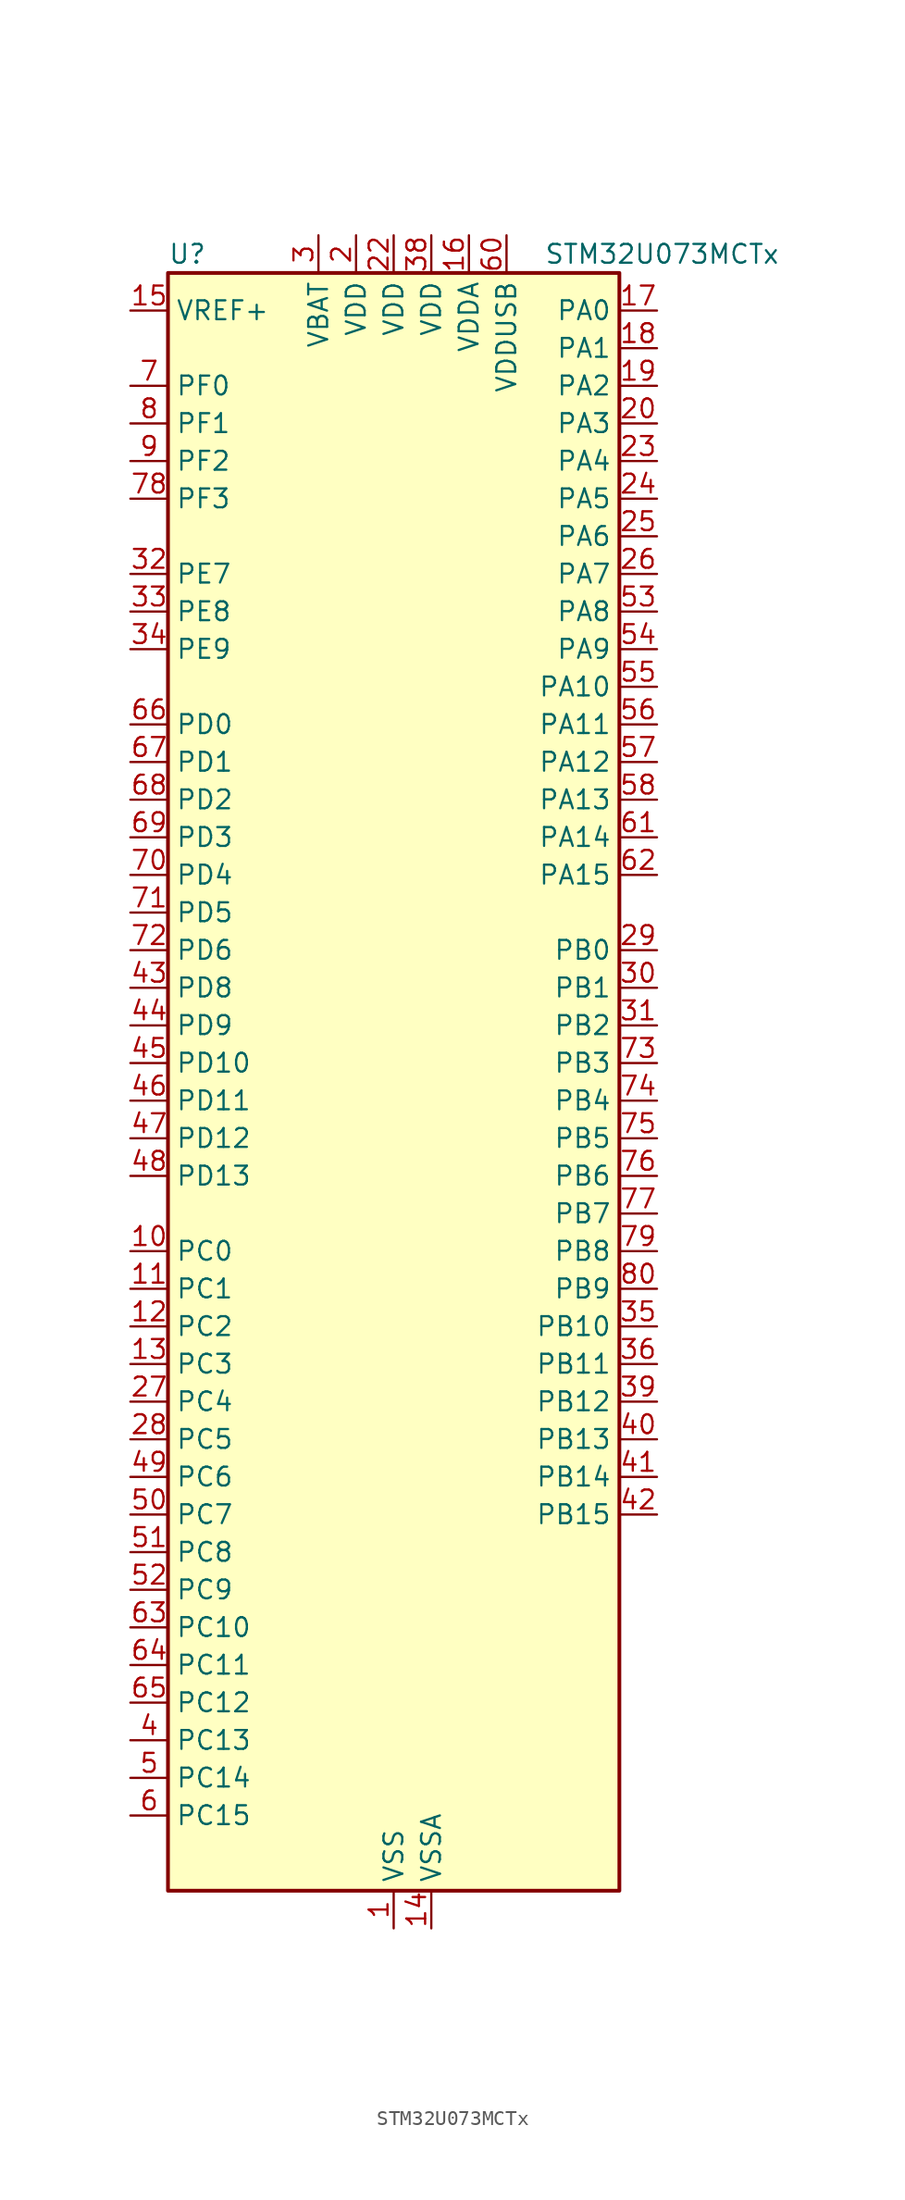
<source format=kicad_sym>
(kicad_symbol_lib
  (version 20231120)
  (generator "kicad_symbol_editor")
  (generator_version "8.99")
  (symbol "STM32U073MCTx"
    (property "Reference" "U"
      (at -15.24 57.15 0)
      (effects (font (size 1.27 1.27)) (justify left)))
    (property "Value" "STM32U073MCTx"
      (at 10.16 57.15 0)
      (effects (font (size 1.27 1.27)) (justify left)))
    (property "ki_locked" ""
      (at 0 0 0)
      (effects (font (size 1.27 1.27))))
    (symbol "STM32U073MCTx_0_1"
      (rectangle (start -15.24 -53.34) (end 15.24 55.88) (stroke (width 0.254) (type default)) (fill (type background))))
    (symbol "STM32U073MCTx_1_1"
      (pin power_in line (at 0 -55.88 90) (length 2.54) (name "VSS" (effects (font (size 1.27 1.27)))) (number "1" (effects (font (size 1.27 1.27)))))
      (pin bidirectional line (at -17.78 -10.16 0) (length 2.54) (name "PC0" (effects (font (size 1.27 1.27)))) (number "10" (effects (font (size 1.27 1.27)))) (alternate "ADC1_IN0" bidirectional line) (alternate "I2C3_SCL" bidirectional line) (alternate "I2C4_SCL" bidirectional line) (alternate "LCD_BIAS1" bidirectional line) (alternate "LCD_SEG18" bidirectional line) (alternate "LPTIM1_IN1" bidirectional line) (alternate "LPTIM2_IN1" bidirectional line) (alternate "LPUART1_RX" bidirectional line) (alternate "LPUART2_TX" bidirectional line))
      (pin bidirectional line (at -17.78 -12.7 0) (length 2.54) (name "PC1" (effects (font (size 1.27 1.27)))) (number "11" (effects (font (size 1.27 1.27)))) (alternate "ADC1_IN1" bidirectional line) (alternate "I2C3_SDA" bidirectional line) (alternate "I2C4_SDA" bidirectional line) (alternate "LCD_BIAS2" bidirectional line) (alternate "LCD_SEG19" bidirectional line) (alternate "LPTIM1_CH1" bidirectional line) (alternate "LPUART1_TX" bidirectional line) (alternate "LPUART2_RX" bidirectional line))
      (pin bidirectional line (at -17.78 -15.24 0) (length 2.54) (name "PC2" (effects (font (size 1.27 1.27)))) (number "12" (effects (font (size 1.27 1.27)))) (alternate "ADC1_IN2" bidirectional line) (alternate "LCD_BIAS3" bidirectional line) (alternate "LCD_SEG20" bidirectional line) (alternate "LPTIM1_IN2" bidirectional line) (alternate "RCC_MCO2" bidirectional line) (alternate "SPI2_MISO" bidirectional line))
      (pin bidirectional line (at -17.78 -17.78 0) (length 2.54) (name "PC3" (effects (font (size 1.27 1.27)))) (number "13" (effects (font (size 1.27 1.27)))) (alternate "ADC1_IN3" bidirectional line) (alternate "LPTIM1_ETR" bidirectional line) (alternate "LPTIM2_ETR" bidirectional line) (alternate "LPTIM3_CH1" bidirectional line) (alternate "SPI2_MOSI" bidirectional line) (alternate "USART4_CK" bidirectional line))
      (pin power_in line (at 2.54 -55.88 90) (length 2.54) (name "VSSA" (effects (font (size 1.27 1.27)))) (number "14" (effects (font (size 1.27 1.27)))))
      (pin input line (at -17.78 53.34 0) (length 2.54) (name "VREF+" (effects (font (size 1.27 1.27)))) (number "15" (effects (font (size 1.27 1.27)))) (alternate "VREFBUF_OUT" bidirectional line))
      (pin power_in line (at 5.08 58.42 270) (length 2.54) (name "VDDA" (effects (font (size 1.27 1.27)))) (number "16" (effects (font (size 1.27 1.27)))))
      (pin bidirectional line (at 17.78 53.34 180) (length 2.54) (name "PA0" (effects (font (size 1.27 1.27)))) (number "17" (effects (font (size 1.27 1.27)))) (alternate "ADC1_IN4" bidirectional line) (alternate "COMP1_INM" bidirectional line) (alternate "COMP1_OUT" bidirectional line) (alternate "LCD_SEG42" bidirectional line) (alternate "OPAMP1_VINP" bidirectional line) (alternate "PWR_WKUP1" bidirectional line) (alternate "TAMP_IN2" bidirectional line) (alternate "TIM2_CH1" bidirectional line) (alternate "TIM2_ETR" bidirectional line) (alternate "USART2_CTS" bidirectional line) (alternate "USART4_TX" bidirectional line))
      (pin bidirectional line (at 17.78 50.8 180) (length 2.54) (name "PA1" (effects (font (size 1.27 1.27)))) (number "18" (effects (font (size 1.27 1.27)))) (alternate "ADC1_IN5" bidirectional line) (alternate "COMP1_INP" bidirectional line) (alternate "LCD_SEG0" bidirectional line) (alternate "LPTIM1_CH2" bidirectional line) (alternate "OPAMP1_VINM" bidirectional line) (alternate "PWR_WKUP3" bidirectional line) (alternate "SPI1_SCK" bidirectional line) (alternate "SPI2_SCK" bidirectional line) (alternate "TAMP_IN5" bidirectional line) (alternate "TIM15_CH1N" bidirectional line) (alternate "TIM2_CH2" bidirectional line) (alternate "USART2_DE" bidirectional line) (alternate "USART2_RTS" bidirectional line) (alternate "USART4_RX" bidirectional line))
      (pin bidirectional line (at 17.78 48.26 180) (length 2.54) (name "PA2" (effects (font (size 1.27 1.27)))) (number "19" (effects (font (size 1.27 1.27)))) (alternate "ADC1_IN6" bidirectional line) (alternate "COMP2_INM" bidirectional line) (alternate "COMP2_OUT" bidirectional line) (alternate "LCD_SEG1" bidirectional line) (alternate "LPUART1_TX" bidirectional line) (alternate "PWR_WKUP4" bidirectional line) (alternate "RCC_LSCO" bidirectional line) (alternate "TIM15_CH1" bidirectional line) (alternate "TIM2_CH3" bidirectional line) (alternate "USART2_TX" bidirectional line))
      (pin power_in line (at -2.54 58.42 270) (length 2.54) (name "VDD" (effects (font (size 1.27 1.27)))) (number "2" (effects (font (size 1.27 1.27)))))
      (pin bidirectional line (at 17.78 45.72 180) (length 2.54) (name "PA3" (effects (font (size 1.27 1.27)))) (number "20" (effects (font (size 1.27 1.27)))) (alternate "ADC1_IN7" bidirectional line) (alternate "COMP2_INP" bidirectional line) (alternate "LCD_SEG2" bidirectional line) (alternate "LPUART1_RX" bidirectional line) (alternate "OPAMP1_VOUT" bidirectional line) (alternate "TIM15_CH2" bidirectional line) (alternate "TIM2_CH4" bidirectional line) (alternate "USART2_RX" bidirectional line))
      (pin passive line (at 0 -55.88 90) (length 2.54) hide (name "VSS" (effects (font (size 1.27 1.27)))) (number "21" (effects (font (size 1.27 1.27)))))
      (pin power_in line (at 0 58.42 270) (length 2.54) (name "VDD" (effects (font (size 1.27 1.27)))) (number "22" (effects (font (size 1.27 1.27)))))
      (pin bidirectional line (at 17.78 43.18 180) (length 2.54) (name "PA4" (effects (font (size 1.27 1.27)))) (number "23" (effects (font (size 1.27 1.27)))) (alternate "ADC1_IN8" bidirectional line) (alternate "COMP1_INM" bidirectional line) (alternate "COMP2_INM" bidirectional line) (alternate "DAC1_OUT1" bidirectional line) (alternate "LCD_SEG43" bidirectional line) (alternate "LPTIM2_CH1" bidirectional line) (alternate "LPUART3_TX" bidirectional line) (alternate "SPI1_NSS" bidirectional line) (alternate "SPI3_NSS" bidirectional line) (alternate "USART2_CK" bidirectional line))
      (pin bidirectional line (at 17.78 40.64 180) (length 2.54) (name "PA5" (effects (font (size 1.27 1.27)))) (number "24" (effects (font (size 1.27 1.27)))) (alternate "ADC1_IN9" bidirectional line) (alternate "COMP1_INM" bidirectional line) (alternate "COMP2_INM" bidirectional line) (alternate "LCD_SEG44" bidirectional line) (alternate "LPTIM2_ETR" bidirectional line) (alternate "LPUART3_RX" bidirectional line) (alternate "SPI1_SCK" bidirectional line) (alternate "TIM2_CH1" bidirectional line) (alternate "TIM2_ETR" bidirectional line) (alternate "USART3_TX" bidirectional line))
      (pin bidirectional line (at 17.78 38.1 180) (length 2.54) (name "PA6" (effects (font (size 1.27 1.27)))) (number "25" (effects (font (size 1.27 1.27)))) (alternate "ADC1_IN10" bidirectional line) (alternate "COMP1_OUT" bidirectional line) (alternate "I2C2_SDA" bidirectional line) (alternate "I2C3_SDA" bidirectional line) (alternate "LCD_SEG3" bidirectional line) (alternate "LPUART1_CTS" bidirectional line) (alternate "SPI1_MISO" bidirectional line) (alternate "TIM16_CH1" bidirectional line) (alternate "TIM1_BKIN" bidirectional line) (alternate "TIM3_CH1" bidirectional line) (alternate "TSC_G5_IO1" bidirectional line) (alternate "USART3_CTS" bidirectional line))
      (pin bidirectional line (at 17.78 35.56 180) (length 2.54) (name "PA7" (effects (font (size 1.27 1.27)))) (number "26" (effects (font (size 1.27 1.27)))) (alternate "ADC1_IN14" bidirectional line) (alternate "COMP2_OUT" bidirectional line) (alternate "I2C2_SCL" bidirectional line) (alternate "I2C3_SCL" bidirectional line) (alternate "LCD_SEG4" bidirectional line) (alternate "LPTIM2_CH2" bidirectional line) (alternate "SPI1_MOSI" bidirectional line) (alternate "TIM1_CH1N" bidirectional line) (alternate "TIM3_CH2" bidirectional line) (alternate "USART3_RX" bidirectional line))
      (pin bidirectional line (at -17.78 -20.32 0) (length 2.54) (name "PC4" (effects (font (size 1.27 1.27)))) (number "27" (effects (font (size 1.27 1.27)))) (alternate "ADC1_IN15" bidirectional line) (alternate "COMP1_INM" bidirectional line) (alternate "LCD_SEG22" bidirectional line) (alternate "LPUART3_TX" bidirectional line) (alternate "USART3_TX" bidirectional line))
      (pin bidirectional line (at -17.78 -22.86 0) (length 2.54) (name "PC5" (effects (font (size 1.27 1.27)))) (number "28" (effects (font (size 1.27 1.27)))) (alternate "ADC1_IN16" bidirectional line) (alternate "COMP1_INP" bidirectional line) (alternate "LCD_SEG23" bidirectional line) (alternate "LPTIM3_CH3" bidirectional line) (alternate "LPUART3_RX" bidirectional line) (alternate "PWR_WKUP5" bidirectional line) (alternate "TAMP_IN4" bidirectional line) (alternate "USART3_RX" bidirectional line))
      (pin bidirectional line (at 17.78 10.16 180) (length 2.54) (name "PB0" (effects (font (size 1.27 1.27)))) (number "29" (effects (font (size 1.27 1.27)))) (alternate "ADC1_IN17" bidirectional line) (alternate "COMP1_OUT" bidirectional line) (alternate "LCD_SEG5" bidirectional line) (alternate "LPTIM3_CH1" bidirectional line) (alternate "LPUART2_CTS" bidirectional line) (alternate "SPI1_NSS" bidirectional line) (alternate "TIM1_CH2N" bidirectional line) (alternate "TIM3_CH3" bidirectional line) (alternate "TSC_G5_IO2" bidirectional line) (alternate "USART3_CK" bidirectional line))
      (pin power_in line (at -5.08 58.42 270) (length 2.54) (name "VBAT" (effects (font (size 1.27 1.27)))) (number "3" (effects (font (size 1.27 1.27)))))
      (pin bidirectional line (at 17.78 7.62 180) (length 2.54) (name "PB1" (effects (font (size 1.27 1.27)))) (number "30" (effects (font (size 1.27 1.27)))) (alternate "ADC1_IN18" bidirectional line) (alternate "COMP1_INM" bidirectional line) (alternate "LCD_SEG6" bidirectional line) (alternate "LPTIM2_IN1" bidirectional line) (alternate "LPTIM3_CH2" bidirectional line) (alternate "LPUART1_DE" bidirectional line) (alternate "LPUART1_RTS" bidirectional line) (alternate "LPUART2_DE" bidirectional line) (alternate "LPUART2_RTS" bidirectional line) (alternate "TIM1_CH3N" bidirectional line) (alternate "TIM3_CH4" bidirectional line) (alternate "TSC_SYNC" bidirectional line) (alternate "USART3_DE" bidirectional line) (alternate "USART3_RTS" bidirectional line))
      (pin bidirectional line (at 17.78 5.08 180) (length 2.54) (name "PB2" (effects (font (size 1.27 1.27)))) (number "31" (effects (font (size 1.27 1.27)))) (alternate "COMP1_INP" bidirectional line) (alternate "LPTIM1_CH1" bidirectional line) (alternate "RTC_OUT2" bidirectional line))
      (pin bidirectional line (at -17.78 35.56 0) (length 2.54) (name "PE7" (effects (font (size 1.27 1.27)))) (number "32" (effects (font (size 1.27 1.27)))) (alternate "LCD_SEG45" bidirectional line) (alternate "TIM1_ETR" bidirectional line))
      (pin bidirectional line (at -17.78 33.02 0) (length 2.54) (name "PE8" (effects (font (size 1.27 1.27)))) (number "33" (effects (font (size 1.27 1.27)))) (alternate "LCD_SEG46" bidirectional line) (alternate "TIM1_CH1N" bidirectional line))
      (pin bidirectional line (at -17.78 30.48 0) (length 2.54) (name "PE9" (effects (font (size 1.27 1.27)))) (number "34" (effects (font (size 1.27 1.27)))) (alternate "DAC1_EXTI9" bidirectional line) (alternate "LCD_SEG47" bidirectional line) (alternate "LPTIM1_CH3" bidirectional line) (alternate "TIM1_CH1" bidirectional line))
      (pin bidirectional line (at 17.78 -15.24 180) (length 2.54) (name "PB10" (effects (font (size 1.27 1.27)))) (number "35" (effects (font (size 1.27 1.27)))) (alternate "COMP1_OUT" bidirectional line) (alternate "I2C2_SCL" bidirectional line) (alternate "I2C4_SCL" bidirectional line) (alternate "LCD_SEG10" bidirectional line) (alternate "LPTIM3_CH1" bidirectional line) (alternate "LPUART1_RX" bidirectional line) (alternate "LPUART2_RX" bidirectional line) (alternate "SPI2_SCK" bidirectional line) (alternate "TIM2_CH3" bidirectional line) (alternate "TSC_G5_IO3" bidirectional line) (alternate "USART3_TX" bidirectional line))
      (pin bidirectional line (at 17.78 -17.78 180) (length 2.54) (name "PB11" (effects (font (size 1.27 1.27)))) (number "36" (effects (font (size 1.27 1.27)))) (alternate "ADC1_EXTI11" bidirectional line) (alternate "COMP2_OUT" bidirectional line) (alternate "I2C2_SDA" bidirectional line) (alternate "I2C4_SDA" bidirectional line) (alternate "LCD_SEG11" bidirectional line) (alternate "LPUART1_TX" bidirectional line) (alternate "LPUART2_TX" bidirectional line) (alternate "TIM2_CH4" bidirectional line) (alternate "TSC_G5_IO4" bidirectional line) (alternate "USART3_RX" bidirectional line))
      (pin passive line (at 0 -55.88 90) (length 2.54) hide (name "VSS" (effects (font (size 1.27 1.27)))) (number "37" (effects (font (size 1.27 1.27)))))
      (pin power_in line (at 2.54 58.42 270) (length 2.54) (name "VDD" (effects (font (size 1.27 1.27)))) (number "38" (effects (font (size 1.27 1.27)))))
      (pin bidirectional line (at 17.78 -20.32 180) (length 2.54) (name "PB12" (effects (font (size 1.27 1.27)))) (number "39" (effects (font (size 1.27 1.27)))) (alternate "LCD_SEG12" bidirectional line) (alternate "LPUART1_DE" bidirectional line) (alternate "LPUART1_RTS" bidirectional line) (alternate "SPI2_NSS" bidirectional line) (alternate "TIM15_BKIN" bidirectional line) (alternate "TIM1_BKIN" bidirectional line) (alternate "TSC_G1_IO1" bidirectional line) (alternate "USART3_CK" bidirectional line))
      (pin bidirectional line (at -17.78 -43.18 0) (length 2.54) (name "PC13" (effects (font (size 1.27 1.27)))) (number "4" (effects (font (size 1.27 1.27)))) (alternate "LPTIM1_CH3" bidirectional line) (alternate "LPTIM3_CH3" bidirectional line) (alternate "PWR_WKUP2" bidirectional line) (alternate "RTC_OUT1" bidirectional line) (alternate "RTC_TS" bidirectional line) (alternate "TAMP_IN1" bidirectional line))
      (pin bidirectional line (at 17.78 -22.86 180) (length 2.54) (name "PB13" (effects (font (size 1.27 1.27)))) (number "40" (effects (font (size 1.27 1.27)))) (alternate "I2C2_SCL" bidirectional line) (alternate "LCD_SEG13" bidirectional line) (alternate "LPTIM3_IN1" bidirectional line) (alternate "LPUART1_CTS" bidirectional line) (alternate "SPI2_SCK" bidirectional line) (alternate "TIM15_CH1N" bidirectional line) (alternate "TIM1_CH1N" bidirectional line) (alternate "TSC_G1_IO2" bidirectional line) (alternate "USART3_CTS" bidirectional line))
      (pin bidirectional line (at 17.78 -25.4 180) (length 2.54) (name "PB14" (effects (font (size 1.27 1.27)))) (number "41" (effects (font (size 1.27 1.27)))) (alternate "I2C2_SDA" bidirectional line) (alternate "LCD_SEG14" bidirectional line) (alternate "LPTIM3_ETR" bidirectional line) (alternate "SPI2_MISO" bidirectional line) (alternate "TIM15_CH1" bidirectional line) (alternate "TIM1_CH2N" bidirectional line) (alternate "TSC_G1_IO3" bidirectional line) (alternate "USART3_DE" bidirectional line) (alternate "USART3_RTS" bidirectional line))
      (pin bidirectional line (at 17.78 -27.94 180) (length 2.54) (name "PB15" (effects (font (size 1.27 1.27)))) (number "42" (effects (font (size 1.27 1.27)))) (alternate "LCD_SEG15" bidirectional line) (alternate "PWR_WKUP7" bidirectional line) (alternate "RTC_REFIN" bidirectional line) (alternate "SPI2_MOSI" bidirectional line) (alternate "TAMP_IN3" bidirectional line) (alternate "TIM15_CH2" bidirectional line) (alternate "TIM1_CH3N" bidirectional line) (alternate "TSC_G1_IO4" bidirectional line))
      (pin bidirectional line (at -17.78 7.62 0) (length 2.54) (name "PD8" (effects (font (size 1.27 1.27)))) (number "43" (effects (font (size 1.27 1.27)))) (alternate "LCD_SEG28" bidirectional line) (alternate "LPUART3_TX" bidirectional line) (alternate "USART3_TX" bidirectional line))
      (pin bidirectional line (at -17.78 5.08 0) (length 2.54) (name "PD9" (effects (font (size 1.27 1.27)))) (number "44" (effects (font (size 1.27 1.27)))) (alternate "DAC1_EXTI9" bidirectional line) (alternate "LCD_SEG29" bidirectional line) (alternate "LPTIM3_IN1" bidirectional line) (alternate "LPUART3_RX" bidirectional line) (alternate "USART3_RX" bidirectional line))
      (pin bidirectional line (at -17.78 2.54 0) (length 2.54) (name "PD10" (effects (font (size 1.27 1.27)))) (number "45" (effects (font (size 1.27 1.27)))) (alternate "COMP2_INP" bidirectional line) (alternate "LCD_SEG30" bidirectional line) (alternate "LPTIM2_CH2" bidirectional line) (alternate "LPTIM3_ETR" bidirectional line) (alternate "TSC_G6_IO1" bidirectional line) (alternate "USART3_CK" bidirectional line))
      (pin bidirectional line (at -17.78 0 0) (length 2.54) (name "PD11" (effects (font (size 1.27 1.27)))) (number "46" (effects (font (size 1.27 1.27)))) (alternate "ADC1_EXTI11" bidirectional line) (alternate "LCD_SEG31" bidirectional line) (alternate "LPTIM2_ETR" bidirectional line) (alternate "LPUART3_CTS" bidirectional line) (alternate "TSC_G6_IO2" bidirectional line) (alternate "USART3_CTS" bidirectional line))
      (pin bidirectional line (at -17.78 -2.54 0) (length 2.54) (name "PD12" (effects (font (size 1.27 1.27)))) (number "47" (effects (font (size 1.27 1.27)))) (alternate "I2C4_SCL" bidirectional line) (alternate "LCD_SEG32" bidirectional line) (alternate "LPTIM2_IN1" bidirectional line) (alternate "LPUART3_DE" bidirectional line) (alternate "LPUART3_RTS" bidirectional line) (alternate "TSC_G6_IO3" bidirectional line) (alternate "USART3_DE" bidirectional line) (alternate "USART3_RTS" bidirectional line))
      (pin bidirectional line (at -17.78 -5.08 0) (length 2.54) (name "PD13" (effects (font (size 1.27 1.27)))) (number "48" (effects (font (size 1.27 1.27)))) (alternate "I2C4_SDA" bidirectional line) (alternate "LCD_SEG33" bidirectional line) (alternate "LPTIM2_CH1" bidirectional line) (alternate "TSC_G6_IO4" bidirectional line))
      (pin bidirectional line (at -17.78 -25.4 0) (length 2.54) (name "PC6" (effects (font (size 1.27 1.27)))) (number "49" (effects (font (size 1.27 1.27)))) (alternate "COMP1_INP" bidirectional line) (alternate "LCD_SEG24" bidirectional line) (alternate "LPUART2_TX" bidirectional line) (alternate "TIM3_CH1" bidirectional line) (alternate "TSC_G4_IO1" bidirectional line))
      (pin bidirectional line (at -17.78 -45.72 0) (length 2.54) (name "PC14" (effects (font (size 1.27 1.27)))) (number "5" (effects (font (size 1.27 1.27)))) (alternate "RCC_OSC32_IN" bidirectional line))
      (pin bidirectional line (at -17.78 -27.94 0) (length 2.54) (name "PC7" (effects (font (size 1.27 1.27)))) (number "50" (effects (font (size 1.27 1.27)))) (alternate "LCD_SEG25" bidirectional line) (alternate "LPTIM2_CH2" bidirectional line) (alternate "LPTIM3_CH4" bidirectional line) (alternate "LPUART2_RX" bidirectional line) (alternate "TIM3_CH2" bidirectional line) (alternate "TSC_G4_IO2" bidirectional line))
      (pin bidirectional line (at -17.78 -30.48 0) (length 2.54) (name "PC8" (effects (font (size 1.27 1.27)))) (number "51" (effects (font (size 1.27 1.27)))) (alternate "LCD_SEG26" bidirectional line) (alternate "LPTIM3_CH1" bidirectional line) (alternate "TIM3_CH3" bidirectional line) (alternate "TSC_G4_IO3" bidirectional line))
      (pin bidirectional line (at -17.78 -33.02 0) (length 2.54) (name "PC9" (effects (font (size 1.27 1.27)))) (number "52" (effects (font (size 1.27 1.27)))) (alternate "DAC1_EXTI9" bidirectional line) (alternate "LCD_SEG27" bidirectional line) (alternate "LPTIM3_CH2" bidirectional line) (alternate "TIM3_CH4" bidirectional line) (alternate "TSC_G4_IO4" bidirectional line) (alternate "USB_NOE" bidirectional line))
      (pin bidirectional line (at 17.78 33.02 180) (length 2.54) (name "PA8" (effects (font (size 1.27 1.27)))) (number "53" (effects (font (size 1.27 1.27)))) (alternate "LCD_COM0" bidirectional line) (alternate "LPTIM2_CH1" bidirectional line) (alternate "RCC_MCO" bidirectional line) (alternate "RCC_MCO2" bidirectional line) (alternate "TIM1_CH1" bidirectional line) (alternate "TSC_G7_IO1" bidirectional line) (alternate "USART1_CK" bidirectional line))
      (pin bidirectional line (at 17.78 30.48 180) (length 2.54) (name "PA9" (effects (font (size 1.27 1.27)))) (number "54" (effects (font (size 1.27 1.27)))) (alternate "COMP1_INP" bidirectional line) (alternate "DAC1_EXTI9" bidirectional line) (alternate "I2C1_SCL" bidirectional line) (alternate "I2C2_SCL" bidirectional line) (alternate "LCD_COM1" bidirectional line) (alternate "RCC_MCO" bidirectional line) (alternate "TIM15_BKIN" bidirectional line) (alternate "TIM1_CH2" bidirectional line) (alternate "TSC_G7_IO2" bidirectional line) (alternate "USART1_TX" bidirectional line))
      (pin bidirectional line (at 17.78 27.94 180) (length 2.54) (name "PA10" (effects (font (size 1.27 1.27)))) (number "55" (effects (font (size 1.27 1.27)))) (alternate "CRS_SYNC" bidirectional line) (alternate "I2C1_SDA" bidirectional line) (alternate "I2C2_SDA" bidirectional line) (alternate "LCD_COM2" bidirectional line) (alternate "RCC_MCO2" bidirectional line) (alternate "SPI2_NSS" bidirectional line) (alternate "TIM1_CH3" bidirectional line) (alternate "TSC_G7_IO3" bidirectional line) (alternate "USART1_RX" bidirectional line))
      (pin bidirectional line (at 17.78 25.4 180) (length 2.54) (name "PA11" (effects (font (size 1.27 1.27)))) (number "56" (effects (font (size 1.27 1.27)))) (alternate "ADC1_EXTI11" bidirectional line) (alternate "COMP1_OUT" bidirectional line) (alternate "SPI1_MISO" bidirectional line) (alternate "SPI2_MISO" bidirectional line) (alternate "TIM1_BKIN2" bidirectional line) (alternate "TIM1_CH4" bidirectional line) (alternate "USART1_CTS" bidirectional line) (alternate "USB_DM" bidirectional line))
      (pin bidirectional line (at 17.78 22.86 180) (length 2.54) (name "PA12" (effects (font (size 1.27 1.27)))) (number "57" (effects (font (size 1.27 1.27)))) (alternate "SPI1_MOSI" bidirectional line) (alternate "SPI2_MOSI" bidirectional line) (alternate "TIM1_ETR" bidirectional line) (alternate "USART1_DE" bidirectional line) (alternate "USART1_RTS" bidirectional line) (alternate "USB_DP" bidirectional line))
      (pin bidirectional line (at 17.78 20.32 180) (length 2.54) (name "PA13" (effects (font (size 1.27 1.27)))) (number "58" (effects (font (size 1.27 1.27)))) (alternate "DEBUG_JTMS-SWDIO" bidirectional line) (alternate "IR_OUT" bidirectional line) (alternate "LCD_SEG40" bidirectional line) (alternate "TSC_G7_IO4" bidirectional line) (alternate "USB_NOE" bidirectional line))
      (pin passive line (at 0 -55.88 90) (length 2.54) hide (name "VSS" (effects (font (size 1.27 1.27)))) (number "59" (effects (font (size 1.27 1.27)))))
      (pin bidirectional line (at -17.78 -48.26 0) (length 2.54) (name "PC15" (effects (font (size 1.27 1.27)))) (number "6" (effects (font (size 1.27 1.27)))) (alternate "RCC_OSC32_EN" bidirectional line) (alternate "RCC_OSC32_OUT" bidirectional line) (alternate "RCC_OSC_EN" bidirectional line))
      (pin power_in line (at 7.62 58.42 270) (length 2.54) (name "VDDUSB" (effects (font (size 1.27 1.27)))) (number "60" (effects (font (size 1.27 1.27)))))
      (pin bidirectional line (at 17.78 17.78 180) (length 2.54) (name "PA14" (effects (font (size 1.27 1.27)))) (number "61" (effects (font (size 1.27 1.27)))) (alternate "DEBUG_JTCK-SWCLK" bidirectional line) (alternate "LCD_SEG41" bidirectional line) (alternate "LPTIM1_CH1" bidirectional line) (alternate "TSC_G3_IO4" bidirectional line))
      (pin bidirectional line (at 17.78 15.24 180) (length 2.54) (name "PA15" (effects (font (size 1.27 1.27)))) (number "62" (effects (font (size 1.27 1.27)))) (alternate "DEBUG_JTDI" bidirectional line) (alternate "LCD_SEG17" bidirectional line) (alternate "LPTIM3_CH3" bidirectional line) (alternate "LPTIM3_IN2" bidirectional line) (alternate "SPI1_NSS" bidirectional line) (alternate "SPI3_NSS" bidirectional line) (alternate "TIM2_CH1" bidirectional line) (alternate "TIM2_ETR" bidirectional line) (alternate "TSC_G3_IO1" bidirectional line) (alternate "USART2_RX" bidirectional line) (alternate "USART3_DE" bidirectional line) (alternate "USART3_RTS" bidirectional line) (alternate "USART4_DE" bidirectional line) (alternate "USART4_RTS" bidirectional line))
      (pin bidirectional line (at -17.78 -35.56 0) (length 2.54) (name "PC10" (effects (font (size 1.27 1.27)))) (number "63" (effects (font (size 1.27 1.27)))) (alternate "LCD_COM4" bidirectional line) (alternate "LCD_SEG28" bidirectional line) (alternate "LCD_SEG48" bidirectional line) (alternate "LPTIM3_ETR" bidirectional line) (alternate "SPI3_SCK" bidirectional line) (alternate "TSC_G3_IO2" bidirectional line) (alternate "USART3_TX" bidirectional line) (alternate "USART4_TX" bidirectional line))
      (pin bidirectional line (at -17.78 -38.1 0) (length 2.54) (name "PC11" (effects (font (size 1.27 1.27)))) (number "64" (effects (font (size 1.27 1.27)))) (alternate "ADC1_EXTI11" bidirectional line) (alternate "LCD_COM5" bidirectional line) (alternate "LCD_SEG29" bidirectional line) (alternate "LCD_SEG49" bidirectional line) (alternate "LPTIM3_IN1" bidirectional line) (alternate "SPI3_MISO" bidirectional line) (alternate "TSC_G3_IO3" bidirectional line) (alternate "USART3_RX" bidirectional line) (alternate "USART4_RX" bidirectional line))
      (pin bidirectional line (at -17.78 -40.64 0) (length 2.54) (name "PC12" (effects (font (size 1.27 1.27)))) (number "65" (effects (font (size 1.27 1.27)))) (alternate "LCD_COM6" bidirectional line) (alternate "LCD_SEG30" bidirectional line) (alternate "LCD_SEG50" bidirectional line) (alternate "LPTIM3_CH3" bidirectional line) (alternate "SPI3_MOSI" bidirectional line) (alternate "USART3_CK" bidirectional line) (alternate "USART4_CK" bidirectional line))
      (pin bidirectional line (at -17.78 25.4 0) (length 2.54) (name "PD0" (effects (font (size 1.27 1.27)))) (number "66" (effects (font (size 1.27 1.27)))) (alternate "LCD_SEG34" bidirectional line) (alternate "SPI2_NSS" bidirectional line))
      (pin bidirectional line (at -17.78 22.86 0) (length 2.54) (name "PD1" (effects (font (size 1.27 1.27)))) (number "67" (effects (font (size 1.27 1.27)))) (alternate "LCD_SEG35" bidirectional line) (alternate "LPTIM1_CH4" bidirectional line) (alternate "SPI2_SCK" bidirectional line))
      (pin bidirectional line (at -17.78 20.32 0) (length 2.54) (name "PD2" (effects (font (size 1.27 1.27)))) (number "68" (effects (font (size 1.27 1.27)))) (alternate "LCD_COM7" bidirectional line) (alternate "LCD_SEG31" bidirectional line) (alternate "LCD_SEG51" bidirectional line) (alternate "TIM3_ETR" bidirectional line) (alternate "TSC_SYNC" bidirectional line) (alternate "USART3_DE" bidirectional line) (alternate "USART3_RTS" bidirectional line))
      (pin bidirectional line (at -17.78 17.78 0) (length 2.54) (name "PD3" (effects (font (size 1.27 1.27)))) (number "69" (effects (font (size 1.27 1.27)))) (alternate "LCD_SEG36" bidirectional line) (alternate "SPI2_MISO" bidirectional line) (alternate "USART2_CTS" bidirectional line))
      (pin bidirectional line (at -17.78 48.26 0) (length 2.54) (name "PF0" (effects (font (size 1.27 1.27)))) (number "7" (effects (font (size 1.27 1.27)))) (alternate "RCC_OSC_IN" bidirectional line))
      (pin bidirectional line (at -17.78 15.24 0) (length 2.54) (name "PD4" (effects (font (size 1.27 1.27)))) (number "70" (effects (font (size 1.27 1.27)))) (alternate "LCD_SEG37" bidirectional line) (alternate "LPTIM1_CH3" bidirectional line) (alternate "SPI2_MOSI" bidirectional line) (alternate "USART2_DE" bidirectional line) (alternate "USART2_RTS" bidirectional line))
      (pin bidirectional line (at -17.78 12.7 0) (length 2.54) (name "PD5" (effects (font (size 1.27 1.27)))) (number "71" (effects (font (size 1.27 1.27)))) (alternate "LCD_SEG38" bidirectional line) (alternate "USART2_TX" bidirectional line))
      (pin bidirectional line (at -17.78 10.16 0) (length 2.54) (name "PD6" (effects (font (size 1.27 1.27)))) (number "72" (effects (font (size 1.27 1.27)))) (alternate "LCD_SEG39" bidirectional line) (alternate "USART2_RX" bidirectional line))
      (pin bidirectional line (at 17.78 2.54 180) (length 2.54) (name "PB3" (effects (font (size 1.27 1.27)))) (number "73" (effects (font (size 1.27 1.27)))) (alternate "COMP2_INM" bidirectional line) (alternate "DEBUG_JTDO-SWO" bidirectional line) (alternate "I2C2_SCL" bidirectional line) (alternate "I2C3_SCL" bidirectional line) (alternate "LCD_SEG7" bidirectional line) (alternate "LPTIM1_CH3" bidirectional line) (alternate "SPI1_SCK" bidirectional line) (alternate "SPI3_SCK" bidirectional line) (alternate "TIM2_CH2" bidirectional line) (alternate "USART1_DE" bidirectional line) (alternate "USART1_RTS" bidirectional line))
      (pin bidirectional line (at 17.78 0 180) (length 2.54) (name "PB4" (effects (font (size 1.27 1.27)))) (number "74" (effects (font (size 1.27 1.27)))) (alternate "COMP2_INP" bidirectional line) (alternate "I2C2_SDA" bidirectional line) (alternate "I2C3_SDA" bidirectional line) (alternate "LCD_SEG8" bidirectional line) (alternate "LPTIM1_CH4" bidirectional line) (alternate "LPUART3_DE" bidirectional line) (alternate "LPUART3_RTS" bidirectional line) (alternate "SPI1_MISO" bidirectional line) (alternate "SPI3_MISO" bidirectional line) (alternate "TIM3_CH1" bidirectional line) (alternate "TSC_G2_IO1" bidirectional line) (alternate "USART1_CTS" bidirectional line))
      (pin bidirectional line (at 17.78 -2.54 180) (length 2.54) (name "PB5" (effects (font (size 1.27 1.27)))) (number "75" (effects (font (size 1.27 1.27)))) (alternate "COMP2_OUT" bidirectional line) (alternate "LCD_SEG9" bidirectional line) (alternate "LPTIM1_IN1" bidirectional line) (alternate "LPUART3_CTS" bidirectional line) (alternate "SPI1_MOSI" bidirectional line) (alternate "SPI3_MOSI" bidirectional line) (alternate "TIM16_BKIN" bidirectional line) (alternate "TIM3_CH2" bidirectional line) (alternate "TSC_G2_IO2" bidirectional line) (alternate "USART1_CK" bidirectional line))
      (pin bidirectional line (at 17.78 -5.08 180) (length 2.54) (name "PB6" (effects (font (size 1.27 1.27)))) (number "76" (effects (font (size 1.27 1.27)))) (alternate "COMP2_INP" bidirectional line) (alternate "I2C1_SCL" bidirectional line) (alternate "I2C2_SCL" bidirectional line) (alternate "I2C4_SCL" bidirectional line) (alternate "LPTIM1_ETR" bidirectional line) (alternate "LPUART2_TX" bidirectional line) (alternate "LPUART3_TX" bidirectional line) (alternate "TIM16_CH1N" bidirectional line) (alternate "TSC_G2_IO3" bidirectional line) (alternate "USART1_TX" bidirectional line))
      (pin bidirectional line (at 17.78 -7.62 180) (length 2.54) (name "PB7" (effects (font (size 1.27 1.27)))) (number "77" (effects (font (size 1.27 1.27)))) (alternate "COMP2_INM" bidirectional line) (alternate "I2C1_SDA" bidirectional line) (alternate "I2C2_SDA" bidirectional line) (alternate "I2C4_SDA" bidirectional line) (alternate "LCD_SEG21" bidirectional line) (alternate "LPTIM1_IN2" bidirectional line) (alternate "LPUART2_RX" bidirectional line) (alternate "LPUART3_RX" bidirectional line) (alternate "PWR_PVD_IN" bidirectional line) (alternate "TSC_G2_IO4" bidirectional line) (alternate "USART1_RX" bidirectional line) (alternate "USART4_CTS" bidirectional line))
      (pin bidirectional line (at -17.78 40.64 0) (length 2.54) (name "PF3" (effects (font (size 1.27 1.27)))) (number "78" (effects (font (size 1.27 1.27)))))
      (pin bidirectional line (at 17.78 -10.16 180) (length 2.54) (name "PB8" (effects (font (size 1.27 1.27)))) (number "79" (effects (font (size 1.27 1.27)))) (alternate "I2C1_SCL" bidirectional line) (alternate "I2C2_SCL" bidirectional line) (alternate "LCD_SEG16" bidirectional line) (alternate "LPTIM1_IN2" bidirectional line) (alternate "LPTIM3_IN2" bidirectional line) (alternate "TIM16_CH1" bidirectional line) (alternate "USART3_TX" bidirectional line))
      (pin bidirectional line (at -17.78 45.72 0) (length 2.54) (name "PF1" (effects (font (size 1.27 1.27)))) (number "8" (effects (font (size 1.27 1.27)))) (alternate "RCC_OSC_EN" bidirectional line) (alternate "RCC_OSC_OUT" bidirectional line))
      (pin bidirectional line (at 17.78 -12.7 180) (length 2.54) (name "PB9" (effects (font (size 1.27 1.27)))) (number "80" (effects (font (size 1.27 1.27)))) (alternate "DAC1_EXTI9" bidirectional line) (alternate "I2C1_SDA" bidirectional line) (alternate "I2C2_SDA" bidirectional line) (alternate "IR_OUT" bidirectional line) (alternate "LCD_COM3" bidirectional line) (alternate "LPTIM1_CH4" bidirectional line) (alternate "LPTIM3_CH4" bidirectional line) (alternate "SPI2_NSS" bidirectional line) (alternate "USART3_RX" bidirectional line))
      (pin bidirectional line (at -17.78 43.18 0) (length 2.54) (name "PF2" (effects (font (size 1.27 1.27)))) (number "9" (effects (font (size 1.27 1.27)))) (alternate "RCC_MCO" bidirectional line)))))
</source>
